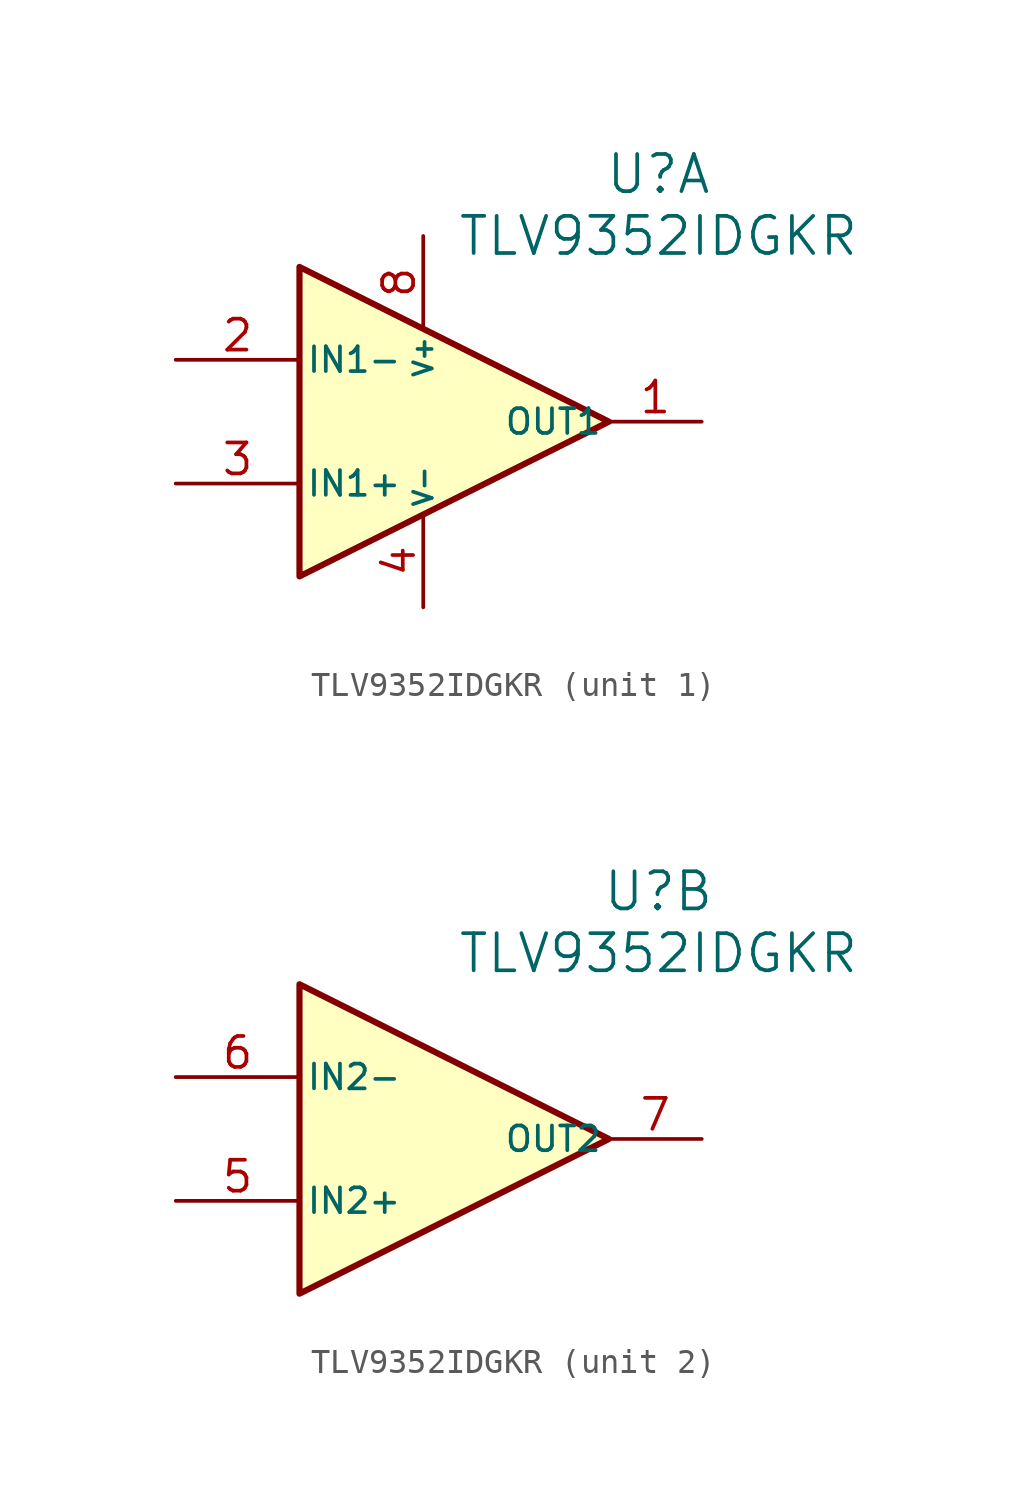
<source format=kicad_sym>
(kicad_symbol_lib
  (version 20231120)
  (generator "kicad_symbol_editor")
  (generator_version "8.0")
  (symbol "TLV9352IDGKR"
    (pin_names
      (offset 0.254))
    (property "Reference" "U"
      (at 9.652 10.16 0)
      (effects (font (size 1.524 1.524))))
    (property "Value" "TLV9352IDGKR"
      (at 9.652 7.62 0)
      (effects (font (size 1.524 1.524))))
    (property "ki_locked" ""
      (at 0 0 0)
      (effects (font (size 1.27 1.27))))
    (symbol "TLV9352IDGKR_0_1"
      (polyline (pts (xy -5.08 6.35) (xy -5.08 -6.35) (xy 7.62 0) (xy -5.08 6.35)) (stroke (width 0.254) (type default)) (fill (type background))))
    (symbol "TLV9352IDGKR_1_1"
      (pin output line (at 11.43 0 180) (length 3.81) (name "OUT1" (effects (font (size 1.016 1.016)))) (number "1" (effects (font (size 1.27 1.27)))))
      (pin input line (at -10.16 2.54 0) (length 5.08) (name "IN1-" (effects (font (size 1.016 1.016)))) (number "2" (effects (font (size 1.27 1.27)))))
      (pin input line (at -10.16 -2.54 0) (length 5.08) (name "IN1+" (effects (font (size 1.016 1.016)))) (number "3" (effects (font (size 1.27 1.27)))))
      (pin power_in line (at 0 -7.62 90) (length 3.81) (name "V-" (effects (font (size 0.762 0.762)))) (number "4" (effects (font (size 1.27 1.27)))))
      (pin power_in line (at 0 7.62 270) (length 3.81) (name "V+" (effects (font (size 0.762 0.762)))) (number "8" (effects (font (size 1.27 1.27))))))
    (symbol "TLV9352IDGKR_2_1"
      (pin input line (at -10.16 -2.54 0) (length 5.08) (name "IN2+" (effects (font (size 1.016 1.016)))) (number "5" (effects (font (size 1.27 1.27)))))
      (pin input line (at -10.16 2.54 0) (length 5.08) (name "IN2-" (effects (font (size 1.016 1.016)))) (number "6" (effects (font (size 1.27 1.27)))))
      (pin output line (at 11.43 0 180) (length 3.81) (name "OUT2" (effects (font (size 1.016 1.016)))) (number "7" (effects (font (size 1.27 1.27))))))))
</source>
